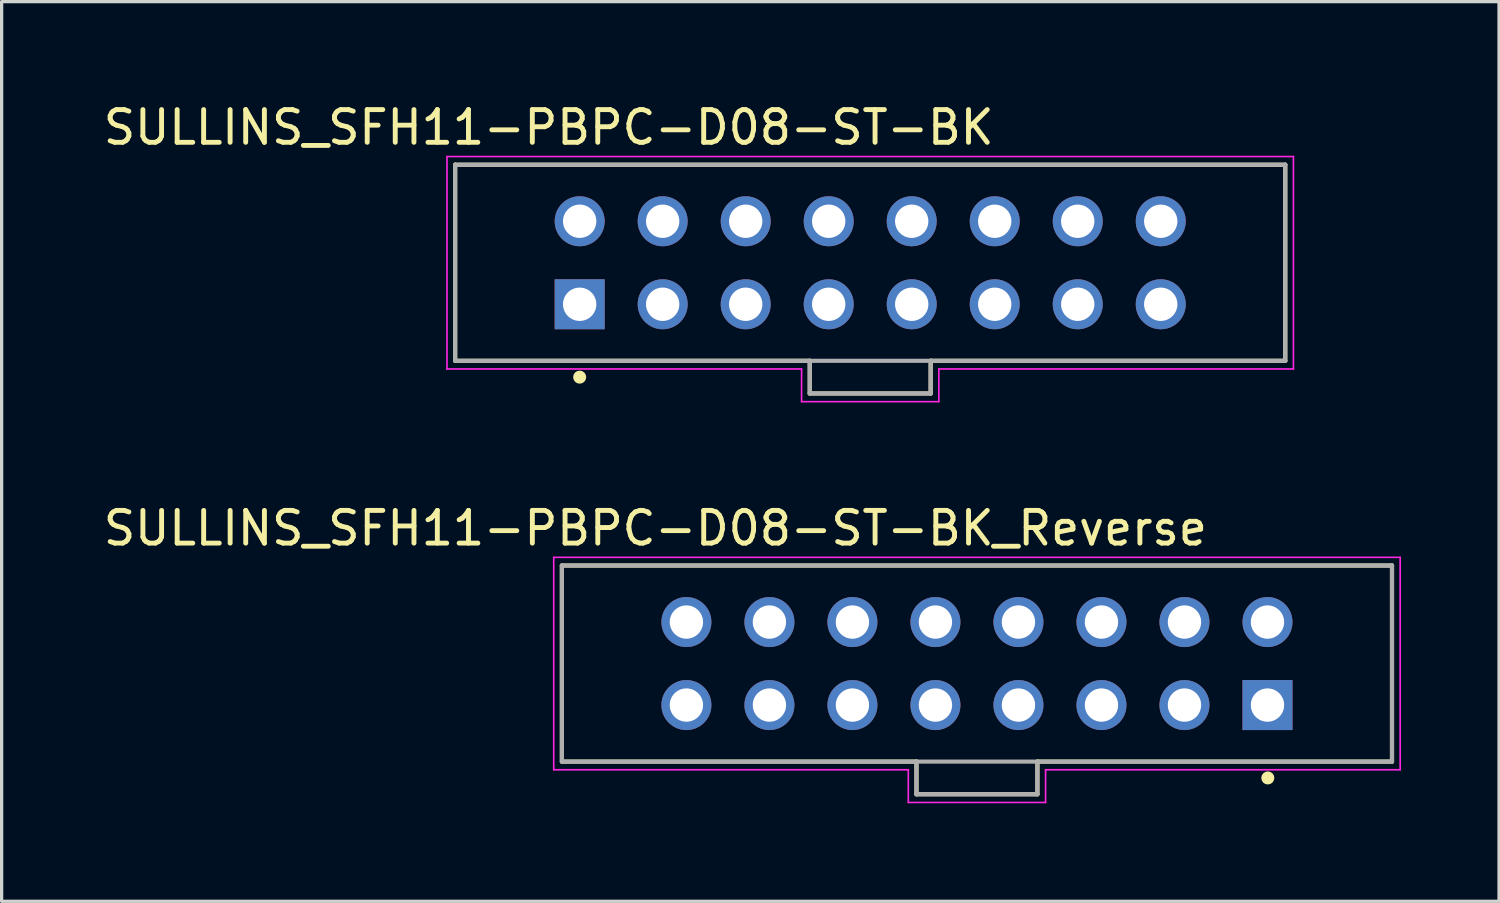
<source format=kicad_pcb>
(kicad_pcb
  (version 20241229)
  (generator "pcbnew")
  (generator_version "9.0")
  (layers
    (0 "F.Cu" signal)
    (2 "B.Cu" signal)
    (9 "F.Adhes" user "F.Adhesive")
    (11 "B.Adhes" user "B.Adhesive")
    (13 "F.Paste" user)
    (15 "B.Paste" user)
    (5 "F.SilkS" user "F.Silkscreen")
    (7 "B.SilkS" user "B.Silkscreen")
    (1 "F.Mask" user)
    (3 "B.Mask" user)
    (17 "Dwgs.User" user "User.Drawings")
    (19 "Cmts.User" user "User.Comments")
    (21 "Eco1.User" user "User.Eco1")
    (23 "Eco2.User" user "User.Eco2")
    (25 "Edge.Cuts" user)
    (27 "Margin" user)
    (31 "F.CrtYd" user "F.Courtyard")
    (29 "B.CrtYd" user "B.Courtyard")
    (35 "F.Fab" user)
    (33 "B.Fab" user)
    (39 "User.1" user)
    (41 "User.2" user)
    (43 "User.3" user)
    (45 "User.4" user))
  (footprint "SULLINS_SFH11-PBPC-D08-ST-BK"
    (layer "F.Cu")
    (at 23.577 4.99)
    (property "Reference" "SULLINS_SFH11-PBPC-D08-ST-BK" (at -9.838 -4.141 0) (layer "F.SilkS") (effects (font (size 1.001 1.001) (thickness 0.15))))
    (attr through_hole)
    (fp_line (start -12.7 -3) (end 12.7 -3) (stroke (width 0.127) (type solid)) (layer "F.SilkS"))
    (fp_line (start -12.7 3) (end -12.7 -3) (stroke (width 0.127) (type solid)) (layer "F.SilkS"))
    (fp_line (start -1.85 3) (end -12.7 3) (stroke (width 0.127) (type solid)) (layer "F.SilkS"))
    (fp_line (start -1.85 3) (end -1.85 4) (stroke (width 0.127) (type solid)) (layer "F.SilkS"))
    (fp_line (start -1.85 4) (end 1.85 4) (stroke (width 0.127) (type solid)) (layer "F.SilkS"))
    (fp_line (start 1.85 4) (end 1.85 3) (stroke (width 0.127) (type solid)) (layer "F.SilkS"))
    (fp_line (start 12.7 -3) (end 12.7 3) (stroke (width 0.127) (type solid)) (layer "F.SilkS"))
    (fp_line (start 12.7 3) (end 1.85 3) (stroke (width 0.127) (type solid)) (layer "F.SilkS"))
    (fp_circle (center -8.89 3.5) (end -8.79 3.5) (stroke (width 0.2) (type solid)) (fill no) (layer "F.SilkS"))
    (fp_line (start -12.95 -3.25) (end 12.95 -3.25) (stroke (width 0.05) (type solid)) (layer "F.CrtYd"))
    (fp_line (start -12.95 3.25) (end -12.95 -3.25) (stroke (width 0.05) (type solid)) (layer "F.CrtYd"))
    (fp_line (start -2.1 3.25) (end -12.95 3.25) (stroke (width 0.05) (type solid)) (layer "F.CrtYd"))
    (fp_line (start -2.1 4.25) (end -2.1 3.25) (stroke (width 0.05) (type solid)) (layer "F.CrtYd"))
    (fp_line (start 2.1 3.25) (end 2.1 4.25) (stroke (width 0.05) (type solid)) (layer "F.CrtYd"))
    (fp_line (start 2.1 4.25) (end -2.1 4.25) (stroke (width 0.05) (type solid)) (layer "F.CrtYd"))
    (fp_line (start 12.95 -3.25) (end 12.95 3.25) (stroke (width 0.05) (type solid)) (layer "F.CrtYd"))
    (fp_line (start 12.95 3.25) (end 2.1 3.25) (stroke (width 0.05) (type solid)) (layer "F.CrtYd"))
    (fp_line (start -12.7 -3) (end 12.7 -3) (stroke (width 0.127) (type solid)) (layer "F.Fab"))
    (fp_line (start -12.7 3) (end -12.7 -3) (stroke (width 0.127) (type solid)) (layer "F.Fab"))
    (fp_line (start -1.85 3) (end -12.7 3) (stroke (width 0.127) (type solid)) (layer "F.Fab"))
    (fp_line (start -1.85 3) (end -1.85 4) (stroke (width 0.127) (type solid)) (layer "F.Fab"))
    (fp_line (start -1.85 4) (end 1.85 4) (stroke (width 0.127) (type solid)) (layer "F.Fab"))
    (fp_line (start 1.85 3) (end -1.85 3) (stroke (width 0.127) (type solid)) (layer "F.Fab"))
    (fp_line (start 1.85 4) (end 1.85 3) (stroke (width 0.127) (type solid)) (layer "F.Fab"))
    (fp_line (start 12.7 -3) (end 12.7 3) (stroke (width 0.127) (type solid)) (layer "F.Fab"))
    (fp_line (start 12.7 3) (end 1.85 3) (stroke (width 0.127) (type solid)) (layer "F.Fab"))
    (pad "1" thru_hole rect (at -8.89 1.27) (size 1.53 1.53) (drill 1.02) (layers "*.Cu" "*.Mask"))
    (pad "2" thru_hole circle (at -8.89 -1.27) (size 1.53 1.53) (drill 1.02) (layers "*.Cu" "*.Mask"))
    (pad "3" thru_hole circle (at -6.35 1.27) (size 1.53 1.53) (drill 1.02) (layers "*.Cu" "*.Mask"))
    (pad "4" thru_hole circle (at -6.35 -1.27) (size 1.53 1.53) (drill 1.02) (layers "*.Cu" "*.Mask"))
    (pad "5" thru_hole circle (at -3.81 1.27) (size 1.53 1.53) (drill 1.02) (layers "*.Cu" "*.Mask"))
    (pad "6" thru_hole circle (at -3.81 -1.27) (size 1.53 1.53) (drill 1.02) (layers "*.Cu" "*.Mask"))
    (pad "7" thru_hole circle (at -1.27 1.27) (size 1.53 1.53) (drill 1.02) (layers "*.Cu" "*.Mask"))
    (pad "8" thru_hole circle (at -1.27 -1.27) (size 1.53 1.53) (drill 1.02) (layers "*.Cu" "*.Mask"))
    (pad "9" thru_hole circle (at 1.27 1.27) (size 1.53 1.53) (drill 1.02) (layers "*.Cu" "*.Mask"))
    (pad "10" thru_hole circle (at 1.27 -1.27) (size 1.53 1.53) (drill 1.02) (layers "*.Cu" "*.Mask"))
    (pad "11" thru_hole circle (at 3.81 1.27) (size 1.53 1.53) (drill 1.02) (layers "*.Cu" "*.Mask"))
    (pad "12" thru_hole circle (at 3.81 -1.27) (size 1.53 1.53) (drill 1.02) (layers "*.Cu" "*.Mask"))
    (pad "13" thru_hole circle (at 6.35 1.27) (size 1.53 1.53) (drill 1.02) (layers "*.Cu" "*.Mask"))
    (pad "14" thru_hole circle (at 6.35 -1.27) (size 1.53 1.53) (drill 1.02) (layers "*.Cu" "*.Mask"))
    (pad "15" thru_hole circle (at 8.89 1.27) (size 1.53 1.53) (drill 1.02) (layers "*.Cu" "*.Mask"))
    (pad "16" thru_hole circle (at 8.89 -1.27) (size 1.53 1.53) (drill 1.02) (layers "*.Cu" "*.Mask")))
  (footprint "SULLINS_SFH11-PBPC-D08-ST-BK_Reverse"
    (layer "F.Cu")
    (at 26.843 17.254)
    (property "Reference" "SULLINS_SFH11-PBPC-D08-ST-BK_Reverse" (at -9.838 -4.141 0) (layer "F.SilkS") (effects (font (size 1.001 1.001) (thickness 0.15))))
    (attr through_hole)
    (fp_line (start -12.7 -3) (end 12.7 -3) (stroke (width 0.127) (type solid)) (layer "F.SilkS"))
    (fp_line (start -12.7 3) (end -12.7 -3) (stroke (width 0.127) (type solid)) (layer "F.SilkS"))
    (fp_line (start -1.85 3) (end -12.7 3) (stroke (width 0.127) (type solid)) (layer "F.SilkS"))
    (fp_line (start -1.85 3) (end -1.85 4) (stroke (width 0.127) (type solid)) (layer "F.SilkS"))
    (fp_line (start -1.85 4) (end 1.85 4) (stroke (width 0.127) (type solid)) (layer "F.SilkS"))
    (fp_line (start 1.85 4) (end 1.85 3) (stroke (width 0.127) (type solid)) (layer "F.SilkS"))
    (fp_line (start 12.7 -3) (end 12.7 3) (stroke (width 0.127) (type solid)) (layer "F.SilkS"))
    (fp_line (start 12.7 3) (end 1.85 3) (stroke (width 0.127) (type solid)) (layer "F.SilkS"))
    (fp_circle (center 8.9 3.5) (end 9 3.5) (stroke (width 0.2) (type solid)) (fill no) (layer "F.SilkS"))
    (fp_line (start -12.95 -3.25) (end 12.95 -3.25) (stroke (width 0.05) (type solid)) (layer "F.CrtYd"))
    (fp_line (start -12.95 3.25) (end -12.95 -3.25) (stroke (width 0.05) (type solid)) (layer "F.CrtYd"))
    (fp_line (start -2.1 3.25) (end -12.95 3.25) (stroke (width 0.05) (type solid)) (layer "F.CrtYd"))
    (fp_line (start -2.1 4.25) (end -2.1 3.25) (stroke (width 0.05) (type solid)) (layer "F.CrtYd"))
    (fp_line (start 2.1 3.25) (end 2.1 4.25) (stroke (width 0.05) (type solid)) (layer "F.CrtYd"))
    (fp_line (start 2.1 4.25) (end -2.1 4.25) (stroke (width 0.05) (type solid)) (layer "F.CrtYd"))
    (fp_line (start 12.95 -3.25) (end 12.95 3.25) (stroke (width 0.05) (type solid)) (layer "F.CrtYd"))
    (fp_line (start 12.95 3.25) (end 2.1 3.25) (stroke (width 0.05) (type solid)) (layer "F.CrtYd"))
    (fp_line (start -12.7 -3) (end 12.7 -3) (stroke (width 0.127) (type solid)) (layer "F.Fab"))
    (fp_line (start -12.7 3) (end -12.7 -3) (stroke (width 0.127) (type solid)) (layer "F.Fab"))
    (fp_line (start -1.85 3) (end -12.7 3) (stroke (width 0.127) (type solid)) (layer "F.Fab"))
    (fp_line (start -1.85 3) (end -1.85 4) (stroke (width 0.127) (type solid)) (layer "F.Fab"))
    (fp_line (start -1.85 4) (end 1.85 4) (stroke (width 0.127) (type solid)) (layer "F.Fab"))
    (fp_line (start 1.85 3) (end -1.85 3) (stroke (width 0.127) (type solid)) (layer "F.Fab"))
    (fp_line (start 1.85 4) (end 1.85 3) (stroke (width 0.127) (type solid)) (layer "F.Fab"))
    (fp_line (start 12.7 -3) (end 12.7 3) (stroke (width 0.127) (type solid)) (layer "F.Fab"))
    (fp_line (start 12.7 3) (end 1.85 3) (stroke (width 0.127) (type solid)) (layer "F.Fab"))
    (pad "1" thru_hole rect (at 8.89 1.27) (size 1.53 1.53) (drill 1.02) (layers "*.Cu" "*.Mask"))
    (pad "2" thru_hole circle (at 8.89 -1.27) (size 1.53 1.53) (drill 1.02) (layers "*.Cu" "*.Mask"))
    (pad "3" thru_hole circle (at 6.35 1.27) (size 1.53 1.53) (drill 1.02) (layers "*.Cu" "*.Mask"))
    (pad "4" thru_hole circle (at 6.35 -1.27) (size 1.53 1.53) (drill 1.02) (layers "*.Cu" "*.Mask"))
    (pad "5" thru_hole circle (at 3.81 1.27) (size 1.53 1.53) (drill 1.02) (layers "*.Cu" "*.Mask"))
    (pad "6" thru_hole circle (at 3.81 -1.27) (size 1.53 1.53) (drill 1.02) (layers "*.Cu" "*.Mask"))
    (pad "7" thru_hole circle (at 1.27 1.27) (size 1.53 1.53) (drill 1.02) (layers "*.Cu" "*.Mask"))
    (pad "8" thru_hole circle (at 1.27 -1.27) (size 1.53 1.53) (drill 1.02) (layers "*.Cu" "*.Mask"))
    (pad "9" thru_hole circle (at -1.27 1.27) (size 1.53 1.53) (drill 1.02) (layers "*.Cu" "*.Mask"))
    (pad "10" thru_hole circle (at -1.27 -1.27) (size 1.53 1.53) (drill 1.02) (layers "*.Cu" "*.Mask"))
    (pad "11" thru_hole circle (at -3.81 1.27) (size 1.53 1.53) (drill 1.02) (layers "*.Cu" "*.Mask"))
    (pad "12" thru_hole circle (at -3.81 -1.27) (size 1.53 1.53) (drill 1.02) (layers "*.Cu" "*.Mask"))
    (pad "13" thru_hole circle (at -6.35 1.27) (size 1.53 1.53) (drill 1.02) (layers "*.Cu" "*.Mask"))
    (pad "14" thru_hole circle (at -6.35 -1.27) (size 1.53 1.53) (drill 1.02) (layers "*.Cu" "*.Mask"))
    (pad "15" thru_hole circle (at -8.89 1.27) (size 1.53 1.53) (drill 1.02) (layers "*.Cu" "*.Mask"))
    (pad "16" thru_hole circle (at -8.89 -1.27) (size 1.53 1.53) (drill 1.02) (layers "*.Cu" "*.Mask")))
  (gr_rect
    (start -3 -3)
    (end 42.818 24.529)
    (stroke (width 0.1) (type default))
    (fill no)
    (layer "Edge.Cuts")))
</source>
